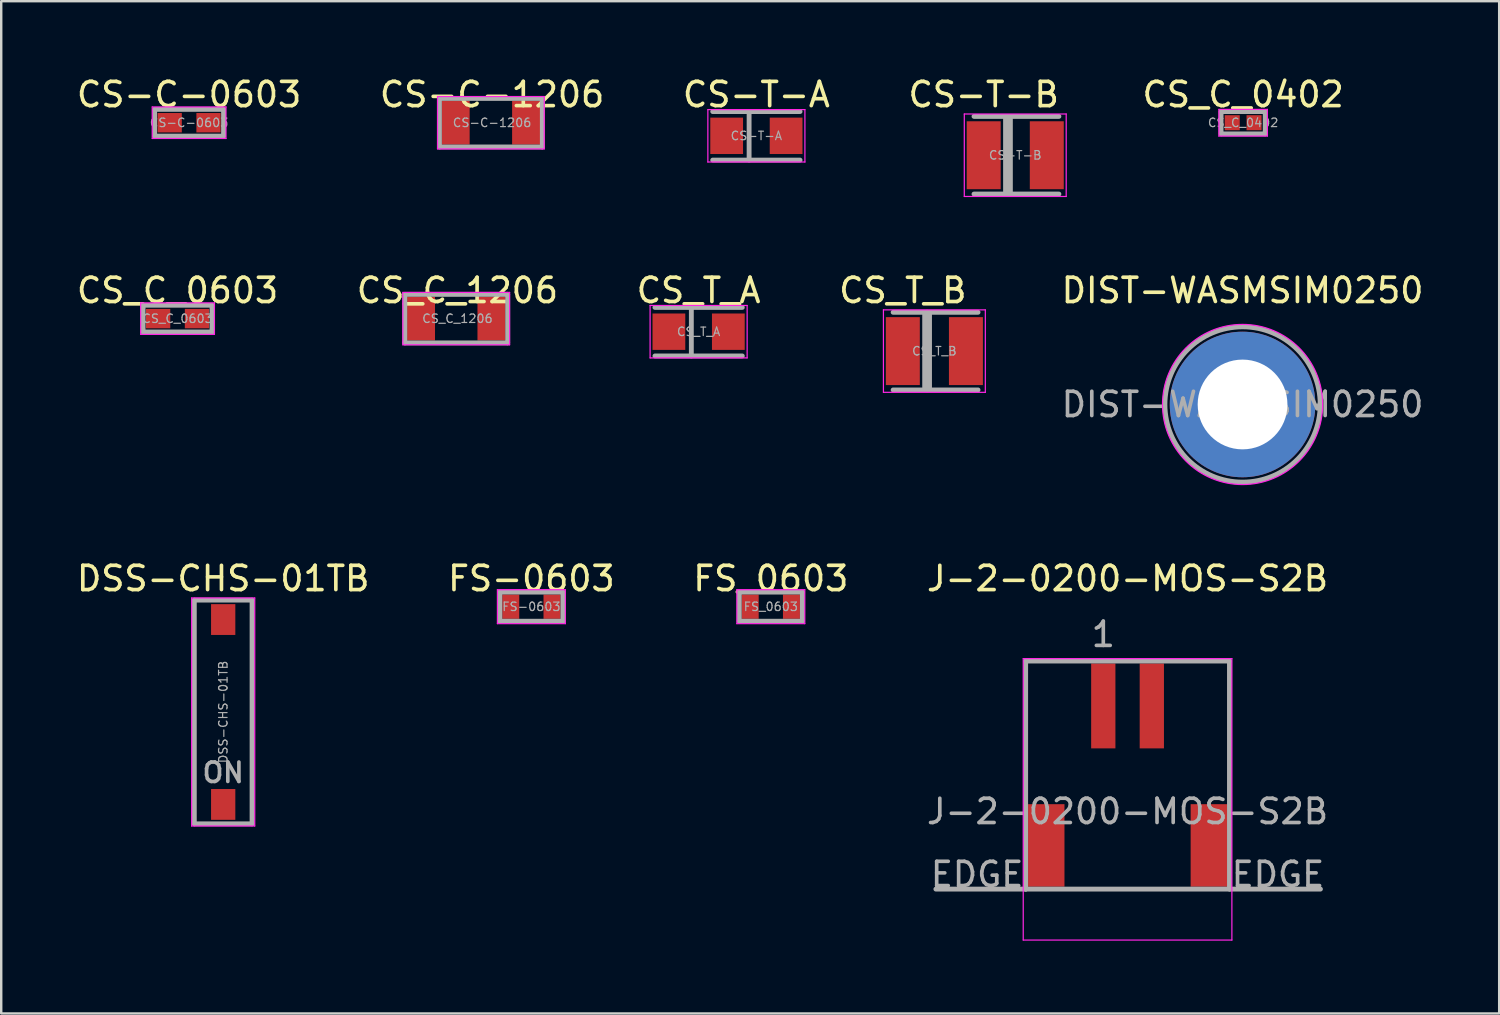
<source format=kicad_pcb>
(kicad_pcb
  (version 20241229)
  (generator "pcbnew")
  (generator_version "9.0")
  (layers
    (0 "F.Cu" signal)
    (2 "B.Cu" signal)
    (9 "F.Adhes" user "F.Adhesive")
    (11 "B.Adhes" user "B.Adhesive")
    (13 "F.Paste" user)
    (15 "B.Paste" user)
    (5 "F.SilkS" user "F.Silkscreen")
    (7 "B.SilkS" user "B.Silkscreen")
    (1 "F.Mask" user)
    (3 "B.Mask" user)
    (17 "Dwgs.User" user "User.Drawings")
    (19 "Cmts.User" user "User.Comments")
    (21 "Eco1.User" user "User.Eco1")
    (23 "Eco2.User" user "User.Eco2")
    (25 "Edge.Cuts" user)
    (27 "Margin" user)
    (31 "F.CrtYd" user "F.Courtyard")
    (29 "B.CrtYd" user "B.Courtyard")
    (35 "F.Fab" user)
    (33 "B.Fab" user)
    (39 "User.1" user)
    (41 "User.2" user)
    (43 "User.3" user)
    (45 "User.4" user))
  (footprint "DSS-CHS-01TB"
    (layer "F.Cu")
    (at 6.149 26.295)
    (property "Reference" "DSS-CHS-01TB" (at 0 -5.5 0) (layer "F.SilkS") (effects (font (size 1 1) (thickness 0.15))))
    (attr smd)
    (fp_line (start -1.3 -4.7) (end 1.3 -4.7) (stroke (width 0.05) (type solid)) (layer "F.CrtYd"))
    (fp_line (start -1.3 4.7) (end -1.3 -4.7) (stroke (width 0.05) (type solid)) (layer "F.CrtYd"))
    (fp_line (start 1.3 -4.7) (end 1.3 4.7) (stroke (width 0.05) (type solid)) (layer "F.CrtYd"))
    (fp_line (start 1.3 4.7) (end -1.3 4.7) (stroke (width 0.05) (type solid)) (layer "F.CrtYd"))
    (fp_line (start -1.19 -4.61) (end 1.19 -4.61) (stroke (width 0.2) (type solid)) (layer "F.Fab"))
    (fp_line (start -1.19 4.61) (end -1.19 -4.61) (stroke (width 0.2) (type solid)) (layer "F.Fab"))
    (fp_line (start 1.19 -4.61) (end 1.19 4.61) (stroke (width 0.2) (type solid)) (layer "F.Fab"))
    (fp_line (start 1.19 4.61) (end -1.19 4.61) (stroke (width 0.2) (type solid)) (layer "F.Fab"))
    (fp_text user "ON" (at 0 2.5 180) (layer "F.Fab") (effects (font (size 0.8 0.8) (thickness 0.15) (bold yes))))
    (fp_text user "${REFERENCE}" (at 0 0 90) (layer "F.Fab") (effects (font (size 0.35 0.35) (thickness 0.05))))
    (pad "1" smd rect (at 0 -3.81) (size 1 1.27) (layers "F.Cu" "F.Mask" "F.Paste"))
    (pad "2" smd rect (at 0 3.81) (size 1 1.27) (layers "F.Cu" "F.Mask" "F.Paste")))
  (footprint "CS_T_A"
    (layer "F.Cu")
    (at 25.744 10.621)
    (property "Reference" "CS_T_A" (at 0 -1.7 0) (layer "F.SilkS") (effects (font (size 1 1) (thickness 0.15))))
    (attr smd)
    (fp_line (start -2 -1.08) (end 2 -1.08) (stroke (width 0.05) (type solid)) (layer "F.CrtYd"))
    (fp_line (start -2 1.08) (end -2 -1.08) (stroke (width 0.05) (type solid)) (layer "F.CrtYd"))
    (fp_line (start 2 -1.08) (end 2 1.08) (stroke (width 0.05) (type solid)) (layer "F.CrtYd"))
    (fp_line (start 2 1.08) (end -2 1.08) (stroke (width 0.05) (type solid)) (layer "F.CrtYd"))
    (fp_line (start -1.8 -1) (end 1.8 -1) (stroke (width 0.2) (type solid)) (layer "F.Fab"))
    (fp_line (start -0.3 1) (end -0.3 -1) (stroke (width 0.2) (type solid)) (layer "F.Fab"))
    (fp_line (start 1.8 1) (end -1.8 1) (stroke (width 0.2) (type solid)) (layer "F.Fab"))
    (fp_text user "${REFERENCE}" (at 0 0 0) (layer "F.Fab") (effects (font (size 0.35 0.35) (thickness 0.05))))
    (pad "1" smd rect (at -1.225 0) (size 1.35 1.5) (layers "F.Cu" "F.Mask" "F.Paste"))
    (pad "2" smd rect (at 1.225 0) (size 1.35 1.5) (layers "F.Cu" "F.Mask" "F.Paste")))
  (footprint "CS-C-0603"
    (layer "F.Cu")
    (at 4.744 2.008)
    (property "Reference" "CS-C-0603" (at 0 -1.16 0) (layer "F.SilkS") (effects (font (size 1 1) (thickness 0.15))))
    (attr smd)
    (fp_line (start -1.52 -0.65) (end 1.52 -0.65) (stroke (width 0.05) (type solid)) (layer "F.CrtYd"))
    (fp_line (start -1.52 0.65) (end -1.52 -0.65) (stroke (width 0.05) (type solid)) (layer "F.CrtYd"))
    (fp_line (start 1.52 -0.65) (end 1.52 0.65) (stroke (width 0.05) (type solid)) (layer "F.CrtYd"))
    (fp_line (start 1.52 0.65) (end -1.52 0.65) (stroke (width 0.05) (type solid)) (layer "F.CrtYd"))
    (fp_line (start -1.42 -0.55) (end 1.42 -0.55) (stroke (width 0.2) (type solid)) (layer "F.Fab"))
    (fp_line (start -1.42 0.55) (end -1.42 -0.55) (stroke (width 0.2) (type solid)) (layer "F.Fab"))
    (fp_line (start 1.42 -0.55) (end 1.42 0.55) (stroke (width 0.2) (type solid)) (layer "F.Fab"))
    (fp_line (start 1.42 0.55) (end -1.42 0.55) (stroke (width 0.2) (type solid)) (layer "F.Fab"))
    (fp_text user "${REFERENCE}" (at 0 0 0) (layer "F.Fab") (effects (font (size 0.35 0.35) (thickness 0.05))))
    (pad "1" smd rect (at -0.8 0) (size 1 0.8) (layers "F.Cu" "F.Mask" "F.Paste"))
    (pad "2" smd rect (at 0.8 0) (size 1 0.8) (layers "F.Cu" "F.Mask" "F.Paste")))
  (footprint "CS_C_0402"
    (layer "F.Cu")
    (at 48.187 2.008)
    (property "Reference" "CS_C_0402" (at 0 -1.16 0) (layer "F.SilkS") (effects (font (size 1 1) (thickness 0.15))))
    (attr smd)
    (fp_line (start -1 -0.55) (end 1 -0.55) (stroke (width 0.05) (type solid)) (layer "F.CrtYd"))
    (fp_line (start -1 0.55) (end -1 -0.55) (stroke (width 0.05) (type solid)) (layer "F.CrtYd"))
    (fp_line (start 1 -0.55) (end 1 0.55) (stroke (width 0.05) (type solid)) (layer "F.CrtYd"))
    (fp_line (start 1 0.55) (end -1 0.55) (stroke (width 0.05) (type solid)) (layer "F.CrtYd"))
    (fp_line (start -0.91 0.46) (end -0.91 -0.46) (stroke (width 0.2) (type solid)) (layer "F.Fab"))
    (fp_line (start -0.9 -0.46) (end 0.9 -0.46) (stroke (width 0.2) (type solid)) (layer "F.Fab"))
    (fp_line (start 0.9 0.46) (end -0.9 0.46) (stroke (width 0.2) (type solid)) (layer "F.Fab"))
    (fp_line (start 0.91 -0.46) (end 0.91 0.46) (stroke (width 0.2) (type solid)) (layer "F.Fab"))
    (fp_text user "${REFERENCE}" (at 0 0 0) (layer "F.Fab") (effects (font (size 0.35 0.35) (thickness 0.05))))
    (pad "1" smd rect (at -0.45 0) (size 0.62 0.62) (layers "F.Cu" "F.Mask" "F.Paste"))
    (pad "2" smd rect (at 0.45 0) (size 0.62 0.62) (layers "F.Cu" "F.Mask" "F.Paste")))
  (footprint "CS-T-A"
    (layer "F.Cu")
    (at 28.125 2.548)
    (property "Reference" "CS-T-A" (at 0 -1.7 0) (layer "F.SilkS") (effects (font (size 1 1) (thickness 0.15))))
    (attr smd)
    (fp_line (start -2 -1.08) (end 2 -1.08) (stroke (width 0.05) (type solid)) (layer "F.CrtYd"))
    (fp_line (start -2 1.08) (end -2 -1.08) (stroke (width 0.05) (type solid)) (layer "F.CrtYd"))
    (fp_line (start 2 -1.08) (end 2 1.08) (stroke (width 0.05) (type solid)) (layer "F.CrtYd"))
    (fp_line (start 2 1.08) (end -2 1.08) (stroke (width 0.05) (type solid)) (layer "F.CrtYd"))
    (fp_line (start -1.8 -1) (end 1.8 -1) (stroke (width 0.2) (type solid)) (layer "F.Fab"))
    (fp_line (start -0.3 1) (end -0.3 -1) (stroke (width 0.2) (type solid)) (layer "F.Fab"))
    (fp_line (start 1.8 1) (end -1.8 1) (stroke (width 0.2) (type solid)) (layer "F.Fab"))
    (fp_text user "${REFERENCE}" (at 0 0 0) (layer "F.Fab") (effects (font (size 0.35 0.35) (thickness 0.05))))
    (pad "1" smd rect (at -1.225 0) (size 1.35 1.5) (layers "F.Cu" "F.Mask" "F.Paste"))
    (pad "2" smd rect (at 1.225 0) (size 1.35 1.5) (layers "F.Cu" "F.Mask" "F.Paste")))
  (footprint "CS_T_B"
    (layer "F.Cu")
    (at 34.161 11.421)
    (property "Reference" "CS_T_B" (at 0 -2.5 0) (layer "F.SilkS") (effects (font (size 1 1) (thickness 0.15))))
    (attr smd)
    (fp_line (start -0.8 -1.7) (end 3.4 -1.7) (stroke (width 0.05) (type solid)) (layer "F.CrtYd"))
    (fp_line (start -0.8 1.7) (end -0.8 -1.7) (stroke (width 0.05) (type solid)) (layer "F.CrtYd"))
    (fp_line (start 3.4 -1.7) (end 3.4 1.7) (stroke (width 0.05) (type solid)) (layer "F.CrtYd"))
    (fp_line (start 3.4 1.7) (end -0.8 1.7) (stroke (width 0.05) (type solid)) (layer "F.CrtYd"))
    (fp_line (start -0.4 -1.6) (end 3.1 -1.6) (stroke (width 0.2) (type solid)) (layer "F.Fab"))
    (fp_line (start 1 1.5) (end 1 -1.5) (stroke (width 0.4) (type solid)) (layer "F.Fab"))
    (fp_line (start 3.1 1.6) (end -0.4 1.6) (stroke (width 0.2) (type solid)) (layer "F.Fab"))
    (fp_text user "${REFERENCE}" (at 1.3 0 0) (layer "F.Fab") (effects (font (size 0.35 0.35) (thickness 0.05))))
    (pad "1" smd rect (at 0 0) (size 1.4 2.8) (layers "F.Cu" "F.Mask" "F.Paste"))
    (pad "2" smd rect (at 2.6 0) (size 1.4 2.8) (layers "F.Cu" "F.Mask" "F.Paste")))
  (footprint "DIST-WASMSIM0250"
    (layer "F.Cu")
    (at 48.163 13.621)
    (property "Reference" "DIST-WASMSIM0250" (at 0 -4.7 0) (layer "F.SilkS") (effects (font (size 1 1) (thickness 0.15))))
    (attr exclude_from_pos_files exclude_from_bom)
    (fp_poly (pts (xy -2.96 -0.14) (xy -1.91 -0.13) (xy -1.86 -0.44) (xy -1.78 -0.71) (xy -1.62 -1) (xy -1.5 -1.18) (xy -1.36 -1.33) (xy -1.16 -1.5) (xy -0.87 -1.69) (xy -0.61 -1.79) (xy -0.28 -1.86) (xy -0.29 -2.92) (xy -0.58 -2.88) (xy -0.9 -2.81) (xy -1.26 -2.67) (xy -1.56 -2.51) (xy -1.81 -2.34) (xy -2.01 -2.17) (xy -2.23 -1.94) (xy -2.39 -1.75) (xy -2.55 -1.51) (xy -2.68 -1.26) (xy -2.79 -0.99) (xy -2.87 -0.78) (xy -2.93 -0.47) (xy -2.95 -0.28)) (stroke (width 0.05) (type solid)) (fill yes) (layer "F.Paste"))
    (fp_poly (pts (xy -0.17 2.94) (xy -0.16 1.89) (xy -0.47 1.84) (xy -0.74 1.76) (xy -1.03 1.6) (xy -1.21 1.48) (xy -1.36 1.34) (xy -1.53 1.14) (xy -1.72 0.85) (xy -1.82 0.59) (xy -1.89 0.26) (xy -2.95 0.27) (xy -2.91 0.56) (xy -2.84 0.88) (xy -2.7 1.24) (xy -2.54 1.54) (xy -2.37 1.79) (xy -2.2 1.99) (xy -1.97 2.21) (xy -1.78 2.37) (xy -1.54 2.53) (xy -1.29 2.66) (xy -1.02 2.77) (xy -0.81 2.85) (xy -0.5 2.91) (xy -0.31 2.93)) (stroke (width 0.05) (type solid)) (fill yes) (layer "F.Paste"))
    (fp_poly (pts (xy 0.16 -2.95) (xy 0.15 -1.9) (xy 0.46 -1.85) (xy 0.73 -1.77) (xy 1.02 -1.61) (xy 1.2 -1.49) (xy 1.35 -1.35) (xy 1.52 -1.15) (xy 1.71 -0.86) (xy 1.81 -0.6) (xy 1.88 -0.27) (xy 2.94 -0.28) (xy 2.9 -0.57) (xy 2.83 -0.89) (xy 2.69 -1.25) (xy 2.53 -1.55) (xy 2.36 -1.8) (xy 2.19 -2) (xy 1.96 -2.22) (xy 1.77 -2.38) (xy 1.53 -2.54) (xy 1.28 -2.67) (xy 1.01 -2.78) (xy 0.8 -2.86) (xy 0.49 -2.92) (xy 0.3 -2.94)) (stroke (width 0.05) (type solid)) (fill yes) (layer "F.Paste"))
    (fp_poly (pts (xy 2.94 0.15) (xy 1.89 0.14) (xy 1.84 0.45) (xy 1.76 0.72) (xy 1.6 1.01) (xy 1.48 1.19) (xy 1.34 1.34) (xy 1.14 1.51) (xy 0.85 1.7) (xy 0.59 1.8) (xy 0.26 1.87) (xy 0.27 2.93) (xy 0.56 2.89) (xy 0.88 2.82) (xy 1.24 2.68) (xy 1.54 2.52) (xy 1.79 2.35) (xy 1.99 2.18) (xy 2.21 1.95) (xy 2.37 1.76) (xy 2.53 1.52) (xy 2.66 1.27) (xy 2.77 1) (xy 2.85 0.79) (xy 2.91 0.48) (xy 2.93 0.29)) (stroke (width 0.05) (type solid)) (fill yes) (layer "F.Paste"))
    (fp_circle (center 0 0) (end 3.3 0) (stroke (width 0.05) (type solid)) (fill no) (layer "F.CrtYd"))
    (fp_circle (center 0 0) (end 3.2 0) (stroke (width 0.2) (type default)) (fill no) (layer "F.Fab"))
    (fp_text user "${REFERENCE}" (at 0 0 0) (layer "F.Fab") (effects (font (size 1 1) (thickness 0.15))))
    (pad "1" thru_hole circle (at 0 0) (size 6 6) (drill 3.7) (layers "*.Cu" "*.Mask")))
  (footprint "FS-0603"
    (layer "F.Cu")
    (at 18.851 21.955)
    (property "Reference" "FS-0603" (at 0 -1.16 0) (layer "F.SilkS") (effects (font (size 1 1) (thickness 0.15))))
    (attr smd)
    (fp_line (start -1.4 -0.7) (end 1.4 -0.7) (stroke (width 0.05) (type solid)) (layer "F.CrtYd"))
    (fp_line (start -1.4 0.7) (end -1.4 -0.7) (stroke (width 0.05) (type solid)) (layer "F.CrtYd"))
    (fp_line (start 1.4 -0.7) (end 1.4 0.7) (stroke (width 0.05) (type solid)) (layer "F.CrtYd"))
    (fp_line (start 1.4 0.7) (end -1.4 0.7) (stroke (width 0.05) (type solid)) (layer "F.CrtYd"))
    (fp_line (start -1.3 -0.6) (end 1.3 -0.6) (stroke (width 0.2) (type solid)) (layer "F.Fab"))
    (fp_line (start -1.3 0.6) (end -1.3 -0.6) (stroke (width 0.2) (type solid)) (layer "F.Fab"))
    (fp_line (start 1.3 -0.6) (end 1.3 0.6) (stroke (width 0.2) (type solid)) (layer "F.Fab"))
    (fp_line (start 1.3 0.6) (end -1.3 0.6) (stroke (width 0.2) (type solid)) (layer "F.Fab"))
    (fp_text user "${REFERENCE}" (at 0 0 0) (layer "F.Fab") (effects (font (size 0.35 0.35) (thickness 0.05))))
    (pad "1" smd rect (at -0.85 0) (size 0.7 1) (layers "F.Cu" "F.Mask" "F.Paste"))
    (pad "2" smd rect (at 0.85 0) (size 0.7 1) (layers "F.Cu" "F.Mask" "F.Paste")))
  (footprint "CS_C_1206"
    (layer "F.Cu")
    (at 15.804 10.082)
    (property "Reference" "CS_C_1206" (at 0 -1.16 0) (layer "F.SilkS") (effects (font (size 1 1) (thickness 0.15))))
    (attr smd)
    (fp_line (start -2.25 -1.08) (end 2.15 -1.08) (stroke (width 0.05) (type solid)) (layer "F.CrtYd"))
    (fp_line (start -2.25 1.08) (end -2.25 -1.08) (stroke (width 0.05) (type solid)) (layer "F.CrtYd"))
    (fp_line (start 2.15 -1.08) (end 2.15 1.08) (stroke (width 0.05) (type solid)) (layer "F.CrtYd"))
    (fp_line (start 2.15 1.08) (end -2.25 1.08) (stroke (width 0.05) (type solid)) (layer "F.CrtYd"))
    (fp_line (start -2.17 -1) (end 2.07 -1) (stroke (width 0.2) (type solid)) (layer "F.Fab"))
    (fp_line (start -2.17 1) (end -2.17 -1) (stroke (width 0.2) (type solid)) (layer "F.Fab"))
    (fp_line (start 2.07 -1) (end 2.07 1) (stroke (width 0.2) (type solid)) (layer "F.Fab"))
    (fp_line (start 2.07 1) (end -2.17 1) (stroke (width 0.2) (type solid)) (layer "F.Fab"))
    (fp_text user "${REFERENCE}" (at 0 0 0) (layer "F.Fab") (effects (font (size 0.35 0.35) (thickness 0.05))))
    (pad "1" smd rect (at -1.5 0) (size 1.15 1.8) (layers "F.Cu" "F.Mask" "F.Paste"))
    (pad "2" smd rect (at 1.4 0) (size 1.15 1.8) (layers "F.Cu" "F.Mask" "F.Paste")))
  (footprint "CS-T-B"
    (layer "F.Cu")
    (at 37.494 3.348)
    (property "Reference" "CS-T-B" (at 0 -2.5 0) (layer "F.SilkS") (effects (font (size 1 1) (thickness 0.15))))
    (attr smd)
    (fp_line (start -0.8 -1.7) (end 3.4 -1.7) (stroke (width 0.05) (type solid)) (layer "F.CrtYd"))
    (fp_line (start -0.8 1.7) (end -0.8 -1.7) (stroke (width 0.05) (type solid)) (layer "F.CrtYd"))
    (fp_line (start 3.4 -1.7) (end 3.4 1.7) (stroke (width 0.05) (type solid)) (layer "F.CrtYd"))
    (fp_line (start 3.4 1.7) (end -0.8 1.7) (stroke (width 0.05) (type solid)) (layer "F.CrtYd"))
    (fp_line (start -0.4 -1.6) (end 3.1 -1.6) (stroke (width 0.2) (type solid)) (layer "F.Fab"))
    (fp_line (start 1 1.5) (end 1 -1.5) (stroke (width 0.4) (type solid)) (layer "F.Fab"))
    (fp_line (start 3.1 1.6) (end -0.4 1.6) (stroke (width 0.2) (type solid)) (layer "F.Fab"))
    (fp_text user "${REFERENCE}" (at 1.3 0 0) (layer "F.Fab") (effects (font (size 0.35 0.35) (thickness 0.05))))
    (pad "1" smd rect (at 0 0) (size 1.4 2.8) (layers "F.Cu" "F.Mask" "F.Paste"))
    (pad "2" smd rect (at 2.6 0) (size 1.4 2.8) (layers "F.Cu" "F.Mask" "F.Paste")))
  (footprint "FS_0603"
    (layer "F.Cu")
    (at 28.72 21.955)
    (property "Reference" "FS_0603" (at 0 -1.16 0) (layer "F.SilkS") (effects (font (size 1 1) (thickness 0.15))))
    (attr smd)
    (fp_line (start -1.4 -0.7) (end 1.4 -0.7) (stroke (width 0.05) (type solid)) (layer "F.CrtYd"))
    (fp_line (start -1.4 0.7) (end -1.4 -0.7) (stroke (width 0.05) (type solid)) (layer "F.CrtYd"))
    (fp_line (start 1.4 -0.7) (end 1.4 0.7) (stroke (width 0.05) (type solid)) (layer "F.CrtYd"))
    (fp_line (start 1.4 0.7) (end -1.4 0.7) (stroke (width 0.05) (type solid)) (layer "F.CrtYd"))
    (fp_line (start -1.3 -0.6) (end 1.3 -0.6) (stroke (width 0.2) (type solid)) (layer "F.Fab"))
    (fp_line (start -1.3 0.6) (end -1.3 -0.6) (stroke (width 0.2) (type solid)) (layer "F.Fab"))
    (fp_line (start 1.3 -0.6) (end 1.3 0.6) (stroke (width 0.2) (type solid)) (layer "F.Fab"))
    (fp_line (start 1.3 0.6) (end -1.3 0.6) (stroke (width 0.2) (type solid)) (layer "F.Fab"))
    (fp_text user "${REFERENCE}" (at 0 0 0) (layer "F.Fab") (effects (font (size 0.35 0.35) (thickness 0.05))))
    (pad "1" smd rect (at -0.85 0) (size 0.7 1) (layers "F.Cu" "F.Mask" "F.Paste"))
    (pad "2" smd rect (at 0.85 0) (size 0.7 1) (layers "F.Cu" "F.Mask" "F.Paste")))
  (footprint "CS-C-1206"
    (layer "F.Cu")
    (at 17.232 2.008)
    (property "Reference" "CS-C-1206" (at 0 -1.16 0) (layer "F.SilkS") (effects (font (size 1 1) (thickness 0.15))))
    (attr smd)
    (fp_line (start -2.25 -1.08) (end 2.15 -1.08) (stroke (width 0.05) (type solid)) (layer "F.CrtYd"))
    (fp_line (start -2.25 1.08) (end -2.25 -1.08) (stroke (width 0.05) (type solid)) (layer "F.CrtYd"))
    (fp_line (start 2.15 -1.08) (end 2.15 1.08) (stroke (width 0.05) (type solid)) (layer "F.CrtYd"))
    (fp_line (start 2.15 1.08) (end -2.25 1.08) (stroke (width 0.05) (type solid)) (layer "F.CrtYd"))
    (fp_line (start -2.17 -1) (end 2.07 -1) (stroke (width 0.2) (type solid)) (layer "F.Fab"))
    (fp_line (start -2.17 1) (end -2.17 -1) (stroke (width 0.2) (type solid)) (layer "F.Fab"))
    (fp_line (start 2.07 -1) (end 2.07 1) (stroke (width 0.2) (type solid)) (layer "F.Fab"))
    (fp_line (start 2.07 1) (end -2.17 1) (stroke (width 0.2) (type solid)) (layer "F.Fab"))
    (fp_text user "${REFERENCE}" (at 0 0 0) (layer "F.Fab") (effects (font (size 0.35 0.35) (thickness 0.05))))
    (pad "1" smd rect (at -1.5 0) (size 1.15 1.8) (layers "F.Cu" "F.Mask" "F.Paste"))
    (pad "2" smd rect (at 1.4 0) (size 1.15 1.8) (layers "F.Cu" "F.Mask" "F.Paste")))
  (footprint "J-2-0200-MOS-S2B"
    (layer "F.Cu")
    (at 43.423 28.895)
    (property "Reference" "J-2-0200-MOS-S2B" (at 0 -8.1 0) (layer "F.SilkS") (effects (font (size 1 1) (thickness 0.15))))
    (attr smd)
    (fp_line (start -4.3 -4.8) (end -4.3 6.8) (stroke (width 0.05) (type solid)) (layer "F.CrtYd"))
    (fp_line (start -4.3 6.8) (end 4.3 6.8) (stroke (width 0.05) (type solid)) (layer "F.CrtYd"))
    (fp_line (start 4.3 -4.8) (end -4.3 -4.8) (stroke (width 0.05) (type solid)) (layer "F.CrtYd"))
    (fp_line (start 4.3 6.8) (end 4.3 -4.8) (stroke (width 0.05) (type solid)) (layer "F.CrtYd"))
    (fp_line (start -7.9 4.7) (end -4.2 4.7) (stroke (width 0.2) (type solid)) (layer "F.Fab"))
    (fp_line (start -4.2 -4.7) (end -4.2 4.7) (stroke (width 0.2) (type solid)) (layer "F.Fab"))
    (fp_line (start -4.2 -4.7) (end 4.2 -4.7) (stroke (width 0.2) (type solid)) (layer "F.Fab"))
    (fp_line (start -4.2 4.7) (end 4.2 4.7) (stroke (width 0.2) (type solid)) (layer "F.Fab"))
    (fp_line (start 4.2 -4.7) (end 4.2 4.7) (stroke (width 0.2) (type solid)) (layer "F.Fab"))
    (fp_line (start 4.25 4.7) (end 7.95 4.7) (stroke (width 0.2) (type solid)) (layer "F.Fab"))
    (fp_text user "EDGE" (at -6.2 4.1 0) (layer "F.Fab") (effects (font (size 1 1) (thickness 0.15))))
    (fp_text user "${REFERENCE}" (at 0 1.5 0) (layer "F.Fab") (effects (font (size 1 1) (thickness 0.15))))
    (fp_text user "1" (at -1 -5.8 0) (layer "F.Fab") (effects (font (size 1 1) (thickness 0.15))))
    (fp_text user "EDGE" (at 6.2 4.1 0) (layer "F.Fab") (effects (font (size 1 1) (thickness 0.15))))
    (pad "1" smd rect (at -1 -2.85) (size 1 3.5) (layers "F.Cu" "F.Mask" "F.Paste"))
    (pad "2" smd rect (at 1 -2.85) (size 1 3.5) (layers "F.Cu" "F.Mask" "F.Paste"))
    (pad "MP" smd rect (at -3.35 2.9) (size 1.5 3.4) (layers "F.Cu" "F.Mask" "F.Paste"))
    (pad "MP" smd rect (at 3.35 2.9) (size 1.5 3.4) (layers "F.Cu" "F.Mask" "F.Paste")))
  (footprint "CS_C_0603"
    (layer "F.Cu")
    (at 4.268 10.082)
    (property "Reference" "CS_C_0603" (at 0 -1.16 0) (layer "F.SilkS") (effects (font (size 1 1) (thickness 0.15))))
    (attr smd)
    (fp_line (start -1.52 -0.65) (end 1.52 -0.65) (stroke (width 0.05) (type solid)) (layer "F.CrtYd"))
    (fp_line (start -1.52 0.65) (end -1.52 -0.65) (stroke (width 0.05) (type solid)) (layer "F.CrtYd"))
    (fp_line (start 1.52 -0.65) (end 1.52 0.65) (stroke (width 0.05) (type solid)) (layer "F.CrtYd"))
    (fp_line (start 1.52 0.65) (end -1.52 0.65) (stroke (width 0.05) (type solid)) (layer "F.CrtYd"))
    (fp_line (start -1.42 -0.55) (end 1.42 -0.55) (stroke (width 0.2) (type solid)) (layer "F.Fab"))
    (fp_line (start -1.42 0.55) (end -1.42 -0.55) (stroke (width 0.2) (type solid)) (layer "F.Fab"))
    (fp_line (start 1.42 -0.55) (end 1.42 0.55) (stroke (width 0.2) (type solid)) (layer "F.Fab"))
    (fp_line (start 1.42 0.55) (end -1.42 0.55) (stroke (width 0.2) (type solid)) (layer "F.Fab"))
    (fp_text user "${REFERENCE}" (at 0 0 0) (layer "F.Fab") (effects (font (size 0.35 0.35) (thickness 0.05))))
    (pad "1" smd rect (at -0.8 0) (size 1 0.8) (layers "F.Cu" "F.Mask" "F.Paste"))
    (pad "2" smd rect (at 0.8 0) (size 1 0.8) (layers "F.Cu" "F.Mask" "F.Paste")))
  (gr_rect
    (start -3 -3)
    (end 58.74 38.72)
    (stroke (width 0.1) (type default))
    (fill no)
    (layer "Edge.Cuts")))
</source>
